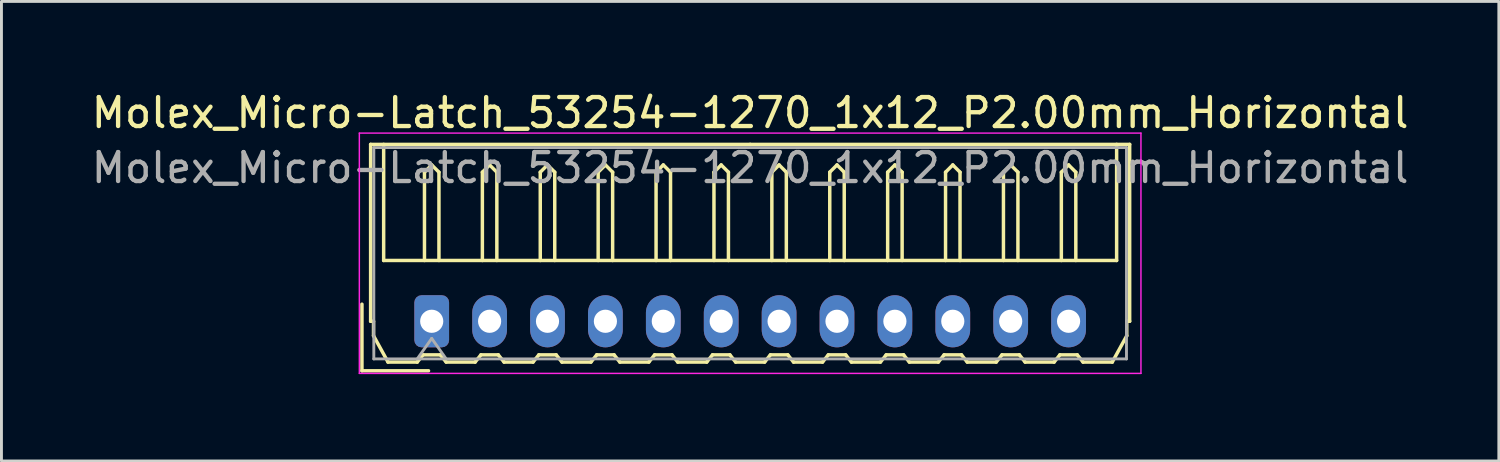
<source format=kicad_pcb>
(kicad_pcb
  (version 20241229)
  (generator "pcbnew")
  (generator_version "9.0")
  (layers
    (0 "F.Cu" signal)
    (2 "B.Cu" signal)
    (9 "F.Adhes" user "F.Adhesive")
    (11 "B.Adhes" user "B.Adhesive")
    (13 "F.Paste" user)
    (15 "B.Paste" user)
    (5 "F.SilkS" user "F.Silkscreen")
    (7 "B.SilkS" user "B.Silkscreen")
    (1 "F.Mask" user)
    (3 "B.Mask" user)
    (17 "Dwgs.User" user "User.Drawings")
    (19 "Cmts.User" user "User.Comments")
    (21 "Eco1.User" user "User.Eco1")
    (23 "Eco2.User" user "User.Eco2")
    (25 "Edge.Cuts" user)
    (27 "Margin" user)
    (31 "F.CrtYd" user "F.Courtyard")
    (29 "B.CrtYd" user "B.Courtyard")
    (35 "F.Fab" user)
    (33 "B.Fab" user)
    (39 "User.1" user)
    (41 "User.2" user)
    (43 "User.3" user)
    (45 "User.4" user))
  (footprint "Molex_Micro-Latch_53254-1270_1x12_P2.00mm_Horizontal"
    (layer "F.Cu")
    (at 11.863 8.048)
    (property "Reference" "Molex_Micro-Latch_53254-1270_1x12_P2.00mm_Horizontal" (at 11 -7.2 0) (layer "F.SilkS") (effects (font (size 1 1) (thickness 0.15))))
    (attr through_hole)
    (fp_line (start -2.41 1.71) (end -2.41 -0.59) (stroke (width 0.12) (type solid)) (layer "F.SilkS"))
    (fp_line (start -2.11 -6.11) (end 11 -6.11) (stroke (width 0.12) (type solid)) (layer "F.SilkS"))
    (fp_line (start -2.11 0) (end -2.11 -6.11) (stroke (width 0.12) (type solid)) (layer "F.SilkS"))
    (fp_line (start -2.01 0) (end -2.11 0) (stroke (width 0.12) (type solid)) (layer "F.SilkS"))
    (fp_line (start -2.01 0.5) (end -2.01 0) (stroke (width 0.12) (type solid)) (layer "F.SilkS"))
    (fp_line (start -1.66 -6.11) (end -1.66 -2.1) (stroke (width 0.12) (type solid)) (layer "F.SilkS"))
    (fp_line (start -1.66 -2.1) (end 23.66 -2.1) (stroke (width 0.12) (type solid)) (layer "F.SilkS"))
    (fp_line (start -1.51 1.41) (end -2.01 0.5) (stroke (width 0.12) (type solid)) (layer "F.SilkS"))
    (fp_line (start -0.5 1.41) (end -1.51 1.41) (stroke (width 0.12) (type solid)) (layer "F.SilkS"))
    (fp_line (start -0.3 1.16) (end -0.5 1.41) (stroke (width 0.12) (type solid)) (layer "F.SilkS"))
    (fp_line (start -0.3 1.16) (end 0.3 1.16) (stroke (width 0.12) (type solid)) (layer "F.SilkS"))
    (fp_line (start -0.25 -5.15) (end 0 -5.4) (stroke (width 0.12) (type solid)) (layer "F.SilkS"))
    (fp_line (start -0.25 -2.1) (end -0.25 -5.15) (stroke (width 0.12) (type solid)) (layer "F.SilkS"))
    (fp_line (start -0.11 1.71) (end -2.41 1.71) (stroke (width 0.12) (type solid)) (layer "F.SilkS"))
    (fp_line (start 0 -5.4) (end 0.25 -5.15) (stroke (width 0.12) (type solid)) (layer "F.SilkS"))
    (fp_line (start 0.25 -5.15) (end 0.25 -2.1) (stroke (width 0.12) (type solid)) (layer "F.SilkS"))
    (fp_line (start 0.3 1.16) (end 0.5 1.41) (stroke (width 0.12) (type solid)) (layer "F.SilkS"))
    (fp_line (start 0.5 1.41) (end 1.5 1.41) (stroke (width 0.12) (type solid)) (layer "F.SilkS"))
    (fp_line (start 1.5 1.41) (end 1.7 1.16) (stroke (width 0.12) (type solid)) (layer "F.SilkS"))
    (fp_line (start 1.7 1.16) (end 2.3 1.16) (stroke (width 0.12) (type solid)) (layer "F.SilkS"))
    (fp_line (start 1.75 -5.15) (end 2 -5.4) (stroke (width 0.12) (type solid)) (layer "F.SilkS"))
    (fp_line (start 1.75 -2.1) (end 1.75 -5.15) (stroke (width 0.12) (type solid)) (layer "F.SilkS"))
    (fp_line (start 2 -5.4) (end 2.25 -5.15) (stroke (width 0.12) (type solid)) (layer "F.SilkS"))
    (fp_line (start 2.25 -5.15) (end 2.25 -2.1) (stroke (width 0.12) (type solid)) (layer "F.SilkS"))
    (fp_line (start 2.3 1.16) (end 2.5 1.41) (stroke (width 0.12) (type solid)) (layer "F.SilkS"))
    (fp_line (start 2.5 1.41) (end 3.5 1.41) (stroke (width 0.12) (type solid)) (layer "F.SilkS"))
    (fp_line (start 3.5 1.41) (end 3.7 1.16) (stroke (width 0.12) (type solid)) (layer "F.SilkS"))
    (fp_line (start 3.7 1.16) (end 4.3 1.16) (stroke (width 0.12) (type solid)) (layer "F.SilkS"))
    (fp_line (start 3.75 -5.15) (end 4 -5.4) (stroke (width 0.12) (type solid)) (layer "F.SilkS"))
    (fp_line (start 3.75 -2.1) (end 3.75 -5.15) (stroke (width 0.12) (type solid)) (layer "F.SilkS"))
    (fp_line (start 4 -5.4) (end 4.25 -5.15) (stroke (width 0.12) (type solid)) (layer "F.SilkS"))
    (fp_line (start 4.25 -5.15) (end 4.25 -2.1) (stroke (width 0.12) (type solid)) (layer "F.SilkS"))
    (fp_line (start 4.3 1.16) (end 4.5 1.41) (stroke (width 0.12) (type solid)) (layer "F.SilkS"))
    (fp_line (start 4.5 1.41) (end 5.5 1.41) (stroke (width 0.12) (type solid)) (layer "F.SilkS"))
    (fp_line (start 5.5 1.41) (end 5.7 1.16) (stroke (width 0.12) (type solid)) (layer "F.SilkS"))
    (fp_line (start 5.7 1.16) (end 6.3 1.16) (stroke (width 0.12) (type solid)) (layer "F.SilkS"))
    (fp_line (start 5.75 -5.15) (end 6 -5.4) (stroke (width 0.12) (type solid)) (layer "F.SilkS"))
    (fp_line (start 5.75 -2.1) (end 5.75 -5.15) (stroke (width 0.12) (type solid)) (layer "F.SilkS"))
    (fp_line (start 6 -5.4) (end 6.25 -5.15) (stroke (width 0.12) (type solid)) (layer "F.SilkS"))
    (fp_line (start 6.25 -5.15) (end 6.25 -2.1) (stroke (width 0.12) (type solid)) (layer "F.SilkS"))
    (fp_line (start 6.3 1.16) (end 6.5 1.41) (stroke (width 0.12) (type solid)) (layer "F.SilkS"))
    (fp_line (start 6.5 1.41) (end 7.5 1.41) (stroke (width 0.12) (type solid)) (layer "F.SilkS"))
    (fp_line (start 7.5 1.41) (end 7.7 1.16) (stroke (width 0.12) (type solid)) (layer "F.SilkS"))
    (fp_line (start 7.7 1.16) (end 8.3 1.16) (stroke (width 0.12) (type solid)) (layer "F.SilkS"))
    (fp_line (start 7.75 -5.15) (end 8 -5.4) (stroke (width 0.12) (type solid)) (layer "F.SilkS"))
    (fp_line (start 7.75 -2.1) (end 7.75 -5.15) (stroke (width 0.12) (type solid)) (layer "F.SilkS"))
    (fp_line (start 8 -5.4) (end 8.25 -5.15) (stroke (width 0.12) (type solid)) (layer "F.SilkS"))
    (fp_line (start 8.25 -5.15) (end 8.25 -2.1) (stroke (width 0.12) (type solid)) (layer "F.SilkS"))
    (fp_line (start 8.3 1.16) (end 8.5 1.41) (stroke (width 0.12) (type solid)) (layer "F.SilkS"))
    (fp_line (start 8.5 1.41) (end 9.5 1.41) (stroke (width 0.12) (type solid)) (layer "F.SilkS"))
    (fp_line (start 9.5 1.41) (end 9.7 1.16) (stroke (width 0.12) (type solid)) (layer "F.SilkS"))
    (fp_line (start 9.7 1.16) (end 10.3 1.16) (stroke (width 0.12) (type solid)) (layer "F.SilkS"))
    (fp_line (start 9.75 -5.15) (end 10 -5.4) (stroke (width 0.12) (type solid)) (layer "F.SilkS"))
    (fp_line (start 9.75 -2.1) (end 9.75 -5.15) (stroke (width 0.12) (type solid)) (layer "F.SilkS"))
    (fp_line (start 10 -5.4) (end 10.25 -5.15) (stroke (width 0.12) (type solid)) (layer "F.SilkS"))
    (fp_line (start 10.25 -5.15) (end 10.25 -2.1) (stroke (width 0.12) (type solid)) (layer "F.SilkS"))
    (fp_line (start 10.3 1.16) (end 10.5 1.41) (stroke (width 0.12) (type solid)) (layer "F.SilkS"))
    (fp_line (start 10.5 1.41) (end 11.5 1.41) (stroke (width 0.12) (type solid)) (layer "F.SilkS"))
    (fp_line (start 11.5 1.41) (end 11.7 1.16) (stroke (width 0.12) (type solid)) (layer "F.SilkS"))
    (fp_line (start 11.7 1.16) (end 12.3 1.16) (stroke (width 0.12) (type solid)) (layer "F.SilkS"))
    (fp_line (start 11.75 -5.15) (end 12 -5.4) (stroke (width 0.12) (type solid)) (layer "F.SilkS"))
    (fp_line (start 11.75 -2.1) (end 11.75 -5.15) (stroke (width 0.12) (type solid)) (layer "F.SilkS"))
    (fp_line (start 12 -5.4) (end 12.25 -5.15) (stroke (width 0.12) (type solid)) (layer "F.SilkS"))
    (fp_line (start 12.25 -5.15) (end 12.25 -2.1) (stroke (width 0.12) (type solid)) (layer "F.SilkS"))
    (fp_line (start 12.3 1.16) (end 12.5 1.41) (stroke (width 0.12) (type solid)) (layer "F.SilkS"))
    (fp_line (start 12.5 1.41) (end 13.5 1.41) (stroke (width 0.12) (type solid)) (layer "F.SilkS"))
    (fp_line (start 13.5 1.41) (end 13.7 1.16) (stroke (width 0.12) (type solid)) (layer "F.SilkS"))
    (fp_line (start 13.7 1.16) (end 14.3 1.16) (stroke (width 0.12) (type solid)) (layer "F.SilkS"))
    (fp_line (start 13.75 -5.15) (end 14 -5.4) (stroke (width 0.12) (type solid)) (layer "F.SilkS"))
    (fp_line (start 13.75 -2.1) (end 13.75 -5.15) (stroke (width 0.12) (type solid)) (layer "F.SilkS"))
    (fp_line (start 14 -5.4) (end 14.25 -5.15) (stroke (width 0.12) (type solid)) (layer "F.SilkS"))
    (fp_line (start 14.25 -5.15) (end 14.25 -2.1) (stroke (width 0.12) (type solid)) (layer "F.SilkS"))
    (fp_line (start 14.3 1.16) (end 14.5 1.41) (stroke (width 0.12) (type solid)) (layer "F.SilkS"))
    (fp_line (start 14.5 1.41) (end 15.5 1.41) (stroke (width 0.12) (type solid)) (layer "F.SilkS"))
    (fp_line (start 15.5 1.41) (end 15.7 1.16) (stroke (width 0.12) (type solid)) (layer "F.SilkS"))
    (fp_line (start 15.7 1.16) (end 16.3 1.16) (stroke (width 0.12) (type solid)) (layer "F.SilkS"))
    (fp_line (start 15.75 -5.15) (end 16 -5.4) (stroke (width 0.12) (type solid)) (layer "F.SilkS"))
    (fp_line (start 15.75 -2.1) (end 15.75 -5.15) (stroke (width 0.12) (type solid)) (layer "F.SilkS"))
    (fp_line (start 16 -5.4) (end 16.25 -5.15) (stroke (width 0.12) (type solid)) (layer "F.SilkS"))
    (fp_line (start 16.25 -5.15) (end 16.25 -2.1) (stroke (width 0.12) (type solid)) (layer "F.SilkS"))
    (fp_line (start 16.3 1.16) (end 16.5 1.41) (stroke (width 0.12) (type solid)) (layer "F.SilkS"))
    (fp_line (start 16.5 1.41) (end 17.5 1.41) (stroke (width 0.12) (type solid)) (layer "F.SilkS"))
    (fp_line (start 17.5 1.41) (end 17.7 1.16) (stroke (width 0.12) (type solid)) (layer "F.SilkS"))
    (fp_line (start 17.7 1.16) (end 18.3 1.16) (stroke (width 0.12) (type solid)) (layer "F.SilkS"))
    (fp_line (start 17.75 -5.15) (end 18 -5.4) (stroke (width 0.12) (type solid)) (layer "F.SilkS"))
    (fp_line (start 17.75 -2.1) (end 17.75 -5.15) (stroke (width 0.12) (type solid)) (layer "F.SilkS"))
    (fp_line (start 18 -5.4) (end 18.25 -5.15) (stroke (width 0.12) (type solid)) (layer "F.SilkS"))
    (fp_line (start 18.25 -5.15) (end 18.25 -2.1) (stroke (width 0.12) (type solid)) (layer "F.SilkS"))
    (fp_line (start 18.3 1.16) (end 18.5 1.41) (stroke (width 0.12) (type solid)) (layer "F.SilkS"))
    (fp_line (start 18.5 1.41) (end 19.5 1.41) (stroke (width 0.12) (type solid)) (layer "F.SilkS"))
    (fp_line (start 19.5 1.41) (end 19.7 1.16) (stroke (width 0.12) (type solid)) (layer "F.SilkS"))
    (fp_line (start 19.7 1.16) (end 20.3 1.16) (stroke (width 0.12) (type solid)) (layer "F.SilkS"))
    (fp_line (start 19.75 -5.15) (end 20 -5.4) (stroke (width 0.12) (type solid)) (layer "F.SilkS"))
    (fp_line (start 19.75 -2.1) (end 19.75 -5.15) (stroke (width 0.12) (type solid)) (layer "F.SilkS"))
    (fp_line (start 20 -5.4) (end 20.25 -5.15) (stroke (width 0.12) (type solid)) (layer "F.SilkS"))
    (fp_line (start 20.25 -5.15) (end 20.25 -2.1) (stroke (width 0.12) (type solid)) (layer "F.SilkS"))
    (fp_line (start 20.3 1.16) (end 20.5 1.41) (stroke (width 0.12) (type solid)) (layer "F.SilkS"))
    (fp_line (start 20.5 1.41) (end 21.5 1.41) (stroke (width 0.12) (type solid)) (layer "F.SilkS"))
    (fp_line (start 21.5 1.41) (end 21.7 1.16) (stroke (width 0.12) (type solid)) (layer "F.SilkS"))
    (fp_line (start 21.7 1.16) (end 22.3 1.16) (stroke (width 0.12) (type solid)) (layer "F.SilkS"))
    (fp_line (start 21.75 -5.15) (end 22 -5.4) (stroke (width 0.12) (type solid)) (layer "F.SilkS"))
    (fp_line (start 21.75 -2.1) (end 21.75 -5.15) (stroke (width 0.12) (type solid)) (layer "F.SilkS"))
    (fp_line (start 22 -5.4) (end 22.25 -5.15) (stroke (width 0.12) (type solid)) (layer "F.SilkS"))
    (fp_line (start 22.25 -5.15) (end 22.25 -2.1) (stroke (width 0.12) (type solid)) (layer "F.SilkS"))
    (fp_line (start 22.3 1.16) (end 22.5 1.41) (stroke (width 0.12) (type solid)) (layer "F.SilkS"))
    (fp_line (start 22.5 1.41) (end 23.51 1.41) (stroke (width 0.12) (type solid)) (layer "F.SilkS"))
    (fp_line (start 23.51 1.41) (end 24.01 0.5) (stroke (width 0.12) (type solid)) (layer "F.SilkS"))
    (fp_line (start 23.66 -2.1) (end 23.66 -6.11) (stroke (width 0.12) (type solid)) (layer "F.SilkS"))
    (fp_line (start 24.01 0) (end 24.11 0) (stroke (width 0.12) (type solid)) (layer "F.SilkS"))
    (fp_line (start 24.01 0.5) (end 24.01 0) (stroke (width 0.12) (type solid)) (layer "F.SilkS"))
    (fp_line (start 24.11 -6.11) (end 11 -6.11) (stroke (width 0.12) (type solid)) (layer "F.SilkS"))
    (fp_line (start 24.11 0) (end 24.11 -6.11) (stroke (width 0.12) (type solid)) (layer "F.SilkS"))
    (fp_line (start -2.5 -6.5) (end -2.5 1.8) (stroke (width 0.05) (type solid)) (layer "F.CrtYd"))
    (fp_line (start -2.5 1.8) (end 24.5 1.8) (stroke (width 0.05) (type solid)) (layer "F.CrtYd"))
    (fp_line (start 24.5 -6.5) (end -2.5 -6.5) (stroke (width 0.05) (type solid)) (layer "F.CrtYd"))
    (fp_line (start 24.5 1.8) (end 24.5 -6.5) (stroke (width 0.05) (type solid)) (layer "F.CrtYd"))
    (fp_line (start -2 -6) (end -2 1.3) (stroke (width 0.1) (type solid)) (layer "F.Fab"))
    (fp_line (start -2 1.3) (end 24 1.3) (stroke (width 0.1) (type solid)) (layer "F.Fab"))
    (fp_line (start -0.5 1.3) (end 0 0.593) (stroke (width 0.1) (type solid)) (layer "F.Fab"))
    (fp_line (start 0 0.593) (end 0.5 1.3) (stroke (width 0.1) (type solid)) (layer "F.Fab"))
    (fp_line (start 24 -6) (end -2 -6) (stroke (width 0.1) (type solid)) (layer "F.Fab"))
    (fp_line (start 24 1.3) (end 24 -6) (stroke (width 0.1) (type solid)) (layer "F.Fab"))
    (fp_text user "${REFERENCE}" (at 11 -5.3 0) (layer "F.Fab") (effects (font (size 1 1) (thickness 0.15))))
    (pad "1" thru_hole roundrect (at 0 0) (size 1.2 1.8) (drill 0.8) (layers "*.Cu" "*.Mask") (roundrect_rratio 0.208))
    (pad "2" thru_hole oval (at 2 0) (size 1.2 1.8) (drill 0.8) (layers "*.Cu" "*.Mask"))
    (pad "3" thru_hole oval (at 4 0) (size 1.2 1.8) (drill 0.8) (layers "*.Cu" "*.Mask"))
    (pad "4" thru_hole oval (at 6 0) (size 1.2 1.8) (drill 0.8) (layers "*.Cu" "*.Mask"))
    (pad "5" thru_hole oval (at 8 0) (size 1.2 1.8) (drill 0.8) (layers "*.Cu" "*.Mask"))
    (pad "6" thru_hole oval (at 10 0) (size 1.2 1.8) (drill 0.8) (layers "*.Cu" "*.Mask"))
    (pad "7" thru_hole oval (at 12 0) (size 1.2 1.8) (drill 0.8) (layers "*.Cu" "*.Mask"))
    (pad "8" thru_hole oval (at 14 0) (size 1.2 1.8) (drill 0.8) (layers "*.Cu" "*.Mask"))
    (pad "9" thru_hole oval (at 16 0) (size 1.2 1.8) (drill 0.8) (layers "*.Cu" "*.Mask"))
    (pad "10" thru_hole oval (at 18 0) (size 1.2 1.8) (drill 0.8) (layers "*.Cu" "*.Mask"))
    (pad "11" thru_hole oval (at 20 0) (size 1.2 1.8) (drill 0.8) (layers "*.Cu" "*.Mask"))
    (pad "12" thru_hole oval (at 22 0) (size 1.2 1.8) (drill 0.8) (layers "*.Cu" "*.Mask")))
  (gr_rect
    (start -3 -3)
    (end 48.726 12.873)
    (stroke (width 0.1) (type default))
    (fill no)
    (layer "Edge.Cuts")))
</source>
